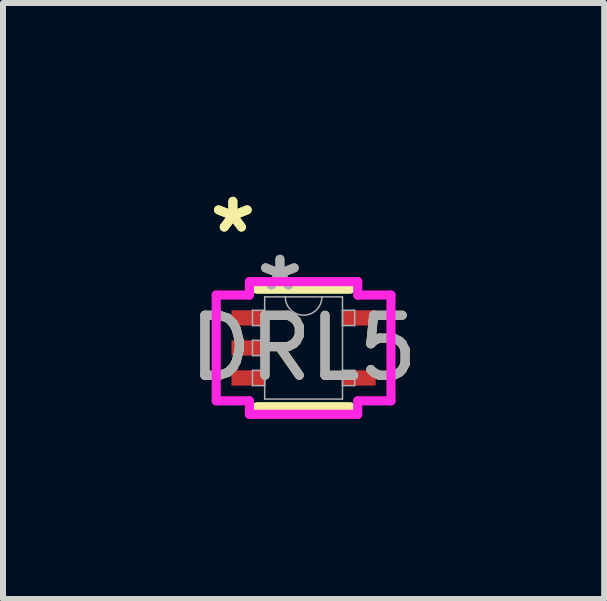
<source format=kicad_pcb>
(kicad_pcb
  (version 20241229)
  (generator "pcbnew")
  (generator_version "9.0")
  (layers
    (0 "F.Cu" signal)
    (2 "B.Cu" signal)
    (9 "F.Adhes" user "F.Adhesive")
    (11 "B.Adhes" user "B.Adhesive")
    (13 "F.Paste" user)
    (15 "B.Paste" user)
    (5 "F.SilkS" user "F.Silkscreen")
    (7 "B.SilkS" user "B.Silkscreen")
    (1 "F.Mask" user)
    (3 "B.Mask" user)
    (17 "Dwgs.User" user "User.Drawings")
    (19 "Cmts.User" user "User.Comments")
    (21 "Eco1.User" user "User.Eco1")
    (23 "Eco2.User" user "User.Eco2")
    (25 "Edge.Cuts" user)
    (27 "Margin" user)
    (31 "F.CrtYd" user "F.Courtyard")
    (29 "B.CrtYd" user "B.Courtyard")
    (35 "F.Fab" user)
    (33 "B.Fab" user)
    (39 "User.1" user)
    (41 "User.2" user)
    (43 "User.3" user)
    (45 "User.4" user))
  (footprint "DRL5"
    (layer "F.Cu")
    (at 2.006 2.745)
    (property "Reference" "DRL5" (at 0 0 0) (unlocked yes) (layer "F.SilkS") (effects (font (size 1 1) (thickness 0.15))))
    (attr smd)
    (fp_line (start -0.775 0.978) (end 0.775 0.978) (stroke (width 0.152) (type solid)) (layer "F.SilkS"))
    (fp_line (start 0.775 -0.978) (end -0.775 -0.978) (stroke (width 0.152) (type solid)) (layer "F.SilkS"))
    (fp_line (start -1.455 -0.881) (end -0.902 -0.881) (stroke (width 0.152) (type solid)) (layer "F.CrtYd"))
    (fp_line (start -1.455 0.881) (end -1.455 -0.881) (stroke (width 0.152) (type solid)) (layer "F.CrtYd"))
    (fp_line (start -0.902 -1.105) (end 0.902 -1.105) (stroke (width 0.152) (type solid)) (layer "F.CrtYd"))
    (fp_line (start -0.902 -0.881) (end -0.902 -1.105) (stroke (width 0.152) (type solid)) (layer "F.CrtYd"))
    (fp_line (start -0.902 0.881) (end -1.455 0.881) (stroke (width 0.152) (type solid)) (layer "F.CrtYd"))
    (fp_line (start -0.902 1.105) (end -0.902 0.881) (stroke (width 0.152) (type solid)) (layer "F.CrtYd"))
    (fp_line (start 0.902 -1.105) (end 0.902 -0.881) (stroke (width 0.152) (type solid)) (layer "F.CrtYd"))
    (fp_line (start 0.902 -0.881) (end 1.455 -0.881) (stroke (width 0.152) (type solid)) (layer "F.CrtYd"))
    (fp_line (start 0.902 0.881) (end 0.902 1.105) (stroke (width 0.152) (type solid)) (layer "F.CrtYd"))
    (fp_line (start 0.902 1.105) (end -0.902 1.105) (stroke (width 0.152) (type solid)) (layer "F.CrtYd"))
    (fp_line (start 1.455 -0.881) (end 1.455 0.881) (stroke (width 0.152) (type solid)) (layer "F.CrtYd"))
    (fp_line (start 1.455 0.881) (end 0.902 0.881) (stroke (width 0.152) (type solid)) (layer "F.CrtYd"))
    (fp_line (start -0.851 -0.627) (end -0.851 -0.373) (stroke (width 0.025) (type solid)) (layer "F.Fab"))
    (fp_line (start -0.851 -0.373) (end -0.648 -0.373) (stroke (width 0.025) (type solid)) (layer "F.Fab"))
    (fp_line (start -0.851 -0.127) (end -0.851 0.127) (stroke (width 0.025) (type solid)) (layer "F.Fab"))
    (fp_line (start -0.851 0.127) (end -0.648 0.127) (stroke (width 0.025) (type solid)) (layer "F.Fab"))
    (fp_line (start -0.851 0.373) (end -0.851 0.627) (stroke (width 0.025) (type solid)) (layer "F.Fab"))
    (fp_line (start -0.851 0.627) (end -0.648 0.627) (stroke (width 0.025) (type solid)) (layer "F.Fab"))
    (fp_line (start -0.648 -0.851) (end -0.648 0.851) (stroke (width 0.025) (type solid)) (layer "F.Fab"))
    (fp_line (start -0.648 -0.627) (end -0.851 -0.627) (stroke (width 0.025) (type solid)) (layer "F.Fab"))
    (fp_line (start -0.648 -0.373) (end -0.648 -0.627) (stroke (width 0.025) (type solid)) (layer "F.Fab"))
    (fp_line (start -0.648 -0.127) (end -0.851 -0.127) (stroke (width 0.025) (type solid)) (layer "F.Fab"))
    (fp_line (start -0.648 0.127) (end -0.648 -0.127) (stroke (width 0.025) (type solid)) (layer "F.Fab"))
    (fp_line (start -0.648 0.373) (end -0.851 0.373) (stroke (width 0.025) (type solid)) (layer "F.Fab"))
    (fp_line (start -0.648 0.627) (end -0.648 0.373) (stroke (width 0.025) (type solid)) (layer "F.Fab"))
    (fp_line (start -0.648 0.851) (end 0.648 0.851) (stroke (width 0.025) (type solid)) (layer "F.Fab"))
    (fp_line (start 0.648 -0.851) (end -0.648 -0.851) (stroke (width 0.025) (type solid)) (layer "F.Fab"))
    (fp_line (start 0.648 -0.627) (end 0.648 -0.373) (stroke (width 0.025) (type solid)) (layer "F.Fab"))
    (fp_line (start 0.648 -0.373) (end 0.851 -0.373) (stroke (width 0.025) (type solid)) (layer "F.Fab"))
    (fp_line (start 0.648 0.373) (end 0.648 0.627) (stroke (width 0.025) (type solid)) (layer "F.Fab"))
    (fp_line (start 0.648 0.627) (end 0.851 0.627) (stroke (width 0.025) (type solid)) (layer "F.Fab"))
    (fp_line (start 0.648 0.851) (end 0.648 -0.851) (stroke (width 0.025) (type solid)) (layer "F.Fab"))
    (fp_line (start 0.851 -0.627) (end 0.648 -0.627) (stroke (width 0.025) (type solid)) (layer "F.Fab"))
    (fp_line (start 0.851 -0.373) (end 0.851 -0.627) (stroke (width 0.025) (type solid)) (layer "F.Fab"))
    (fp_line (start 0.851 0.373) (end 0.648 0.373) (stroke (width 0.025) (type solid)) (layer "F.Fab"))
    (fp_line (start 0.851 0.627) (end 0.851 0.373) (stroke (width 0.025) (type solid)) (layer "F.Fab"))
    (fp_arc (start 0.3048 -0.8509) (mid 0 -0.5461) (end -0.3048 -0.8509) (stroke (width 0.0254) (type solid)) (layer "F.Fab"))
    (fp_text user "*" (at -1.178 -1.897 0) (layer "F.SilkS") (effects (font (size 1 1) (thickness 0.15))))
    (fp_text user "*" (at -1.178 -1.897 0) (unlocked yes) (layer "F.SilkS") (effects (font (size 1 1) (thickness 0.15))))
    (fp_text user "${REFERENCE}" (at 0 0 0) (unlocked yes) (layer "F.Fab") (effects (font (size 1 1) (thickness 0.15))))
    (fp_text user "*" (at -0.394 -0.932 0) (unlocked yes) (layer "F.Fab") (effects (font (size 1 1) (thickness 0.15))))
    (fp_text user "*" (at -0.394 -0.932 0) (layer "F.Fab") (effects (font (size 1 1) (thickness 0.15))))
    (pad "1" smd rect (at -0.924 -0.5) (size 0.553 0.254) (layers "F.Cu" "F.Mask" "F.Paste"))
    (pad "2" smd rect (at -0.924 0) (size 0.553 0.254) (layers "F.Cu" "F.Mask" "F.Paste"))
    (pad "3" smd rect (at -0.924 0.5) (size 0.553 0.254) (layers "F.Cu" "F.Mask" "F.Paste"))
    (pad "4" smd rect (at 0.924 0.5) (size 0.553 0.254) (layers "F.Cu" "F.Mask" "F.Paste"))
    (pad "5" smd rect (at 0.924 -0.5) (size 0.553 0.254) (layers "F.Cu" "F.Mask" "F.Paste")))
  (gr_rect
    (start -3 -3)
    (end 7.012 6.926)
    (stroke (width 0.1) (type default))
    (fill no)
    (layer "Edge.Cuts")))
</source>
